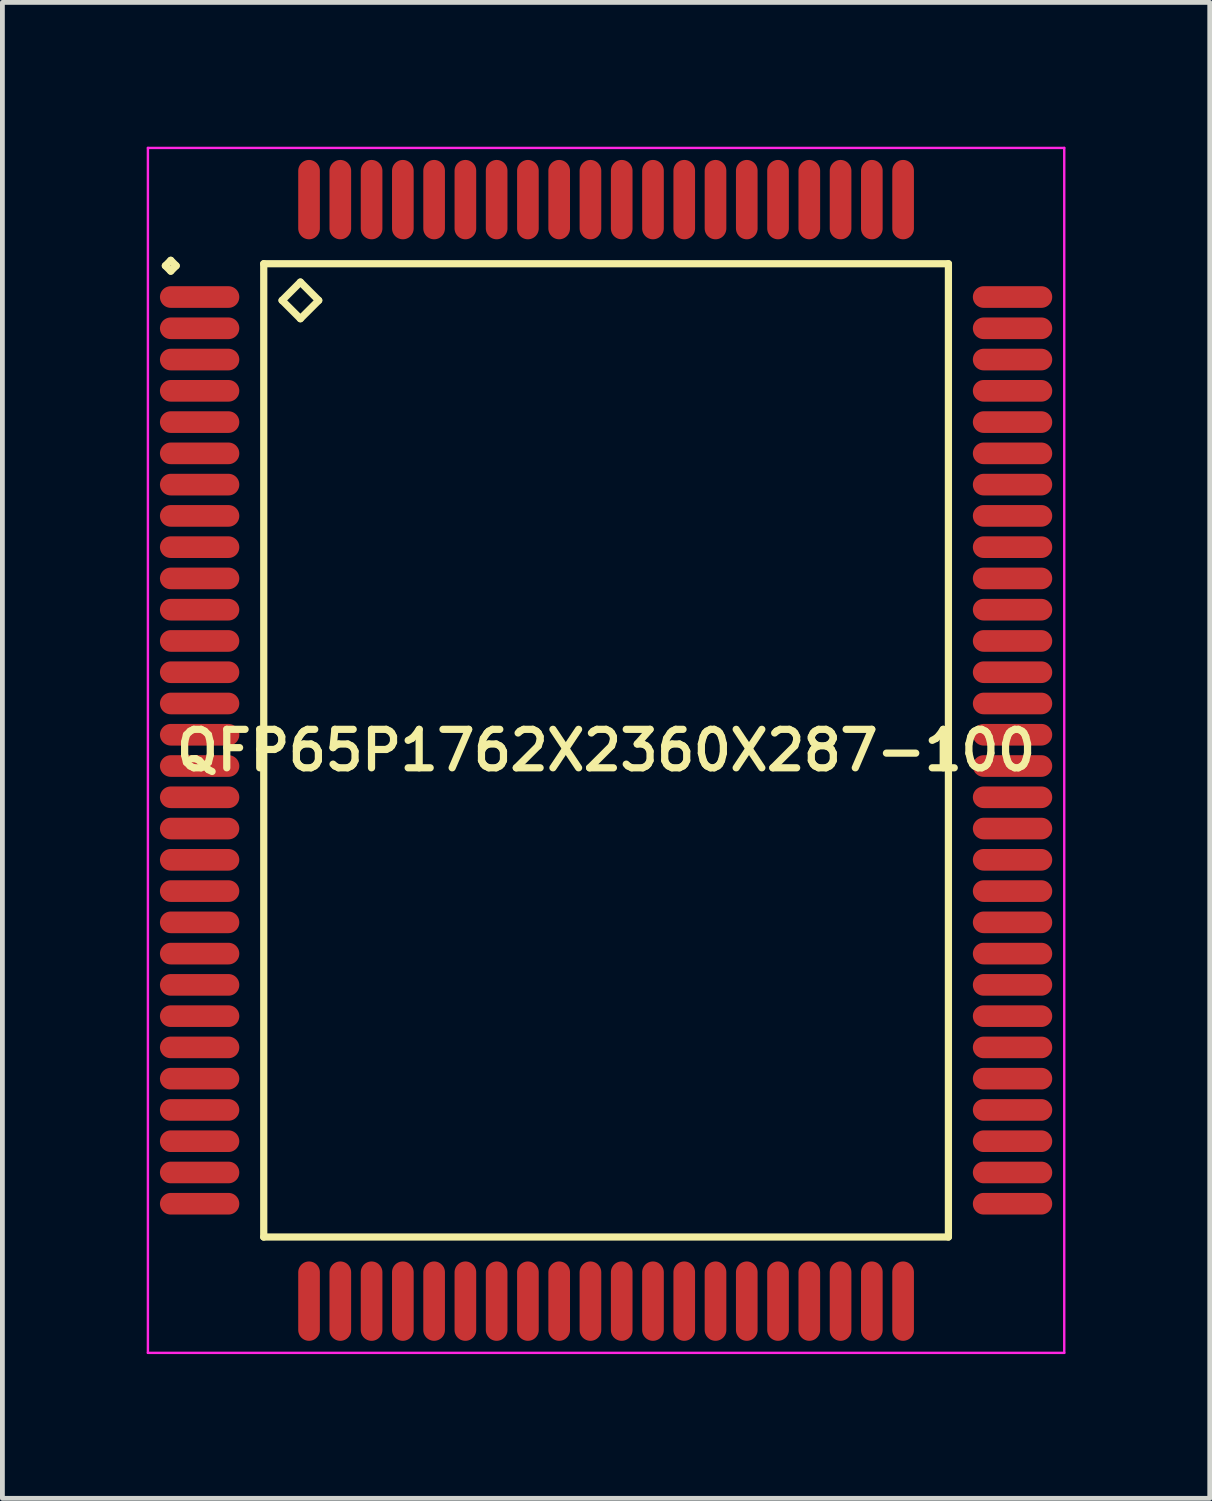
<source format=kicad_pcb>
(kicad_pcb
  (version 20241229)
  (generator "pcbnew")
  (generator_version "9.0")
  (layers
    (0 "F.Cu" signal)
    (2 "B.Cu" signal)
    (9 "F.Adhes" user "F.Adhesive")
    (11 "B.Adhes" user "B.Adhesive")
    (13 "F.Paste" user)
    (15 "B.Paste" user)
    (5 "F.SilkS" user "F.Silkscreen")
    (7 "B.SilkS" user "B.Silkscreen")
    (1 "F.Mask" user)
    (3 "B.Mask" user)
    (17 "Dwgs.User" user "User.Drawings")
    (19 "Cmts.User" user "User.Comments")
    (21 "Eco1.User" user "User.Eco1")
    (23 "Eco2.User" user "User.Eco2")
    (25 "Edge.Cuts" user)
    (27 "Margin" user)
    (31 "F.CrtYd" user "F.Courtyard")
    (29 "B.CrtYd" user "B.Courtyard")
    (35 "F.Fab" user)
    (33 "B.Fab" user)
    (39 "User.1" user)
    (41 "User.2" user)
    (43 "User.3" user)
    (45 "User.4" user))
  (footprint "QFP65P1762X2360X287-100"
    (layer "F.Cu")
    (at 9.55 12.55)
    (property "Reference" "QFP65P1762X2360X287-100" (at 0 0 0) (layer "F.SilkS") (effects (font (size 0.8 0.8) (thickness 0.15))))
    (attr smd)
    (fp_line (start -9.162 -10.075) (end -9.05 -10.188) (stroke (width 0.15) (type solid)) (layer "F.SilkS"))
    (fp_line (start -9.05 -10.188) (end -8.938 -10.075) (stroke (width 0.15) (type solid)) (layer "F.SilkS"))
    (fp_line (start -9.05 -9.963) (end -9.162 -10.075) (stroke (width 0.15) (type solid)) (layer "F.SilkS"))
    (fp_line (start -8.938 -10.075) (end -9.05 -9.963) (stroke (width 0.15) (type solid)) (layer "F.SilkS"))
    (fp_line (start -7.117 -10.117) (end -7.117 10.117) (stroke (width 0.15) (type solid)) (layer "F.SilkS"))
    (fp_line (start -7.117 10.117) (end 7.117 10.117) (stroke (width 0.15) (type solid)) (layer "F.SilkS"))
    (fp_line (start -6.736 -9.355) (end -6.355 -9.736) (stroke (width 0.15) (type solid)) (layer "F.SilkS"))
    (fp_line (start -6.355 -9.736) (end -5.974 -9.355) (stroke (width 0.15) (type solid)) (layer "F.SilkS"))
    (fp_line (start -6.355 -8.974) (end -6.736 -9.355) (stroke (width 0.15) (type solid)) (layer "F.SilkS"))
    (fp_line (start -5.974 -9.355) (end -6.355 -8.974) (stroke (width 0.15) (type solid)) (layer "F.SilkS"))
    (fp_line (start 7.117 -10.117) (end -7.117 -10.117) (stroke (width 0.15) (type solid)) (layer "F.SilkS"))
    (fp_line (start 7.117 10.117) (end 7.117 -10.117) (stroke (width 0.15) (type solid)) (layer "F.SilkS"))
    (fp_line (start -9.525 -12.525) (end 9.525 -12.525) (stroke (width 0.05) (type solid)) (layer "F.CrtYd"))
    (fp_line (start -9.525 12.525) (end -9.525 -12.525) (stroke (width 0.05) (type solid)) (layer "F.CrtYd"))
    (fp_line (start 9.525 -12.525) (end 9.525 12.525) (stroke (width 0.05) (type solid)) (layer "F.CrtYd"))
    (fp_line (start 9.525 12.525) (end -9.525 12.525) (stroke (width 0.05) (type solid)) (layer "F.CrtYd"))
    (pad "1" smd oval (at -8.45 -9.425) (size 1.65 0.45) (layers "F.Cu" "F.Mask" "F.Paste"))
    (pad "2" smd oval (at -8.45 -8.775) (size 1.65 0.45) (layers "F.Cu" "F.Mask" "F.Paste"))
    (pad "3" smd oval (at -8.45 -8.125) (size 1.65 0.45) (layers "F.Cu" "F.Mask" "F.Paste"))
    (pad "4" smd oval (at -8.45 -7.475) (size 1.65 0.45) (layers "F.Cu" "F.Mask" "F.Paste"))
    (pad "5" smd oval (at -8.45 -6.825) (size 1.65 0.45) (layers "F.Cu" "F.Mask" "F.Paste"))
    (pad "6" smd oval (at -8.45 -6.175) (size 1.65 0.45) (layers "F.Cu" "F.Mask" "F.Paste"))
    (pad "7" smd oval (at -8.45 -5.525) (size 1.65 0.45) (layers "F.Cu" "F.Mask" "F.Paste"))
    (pad "8" smd oval (at -8.45 -4.875) (size 1.65 0.45) (layers "F.Cu" "F.Mask" "F.Paste"))
    (pad "9" smd oval (at -8.45 -4.225) (size 1.65 0.45) (layers "F.Cu" "F.Mask" "F.Paste"))
    (pad "10" smd oval (at -8.45 -3.575) (size 1.65 0.45) (layers "F.Cu" "F.Mask" "F.Paste"))
    (pad "11" smd oval (at -8.45 -2.925) (size 1.65 0.45) (layers "F.Cu" "F.Mask" "F.Paste"))
    (pad "12" smd oval (at -8.45 -2.275) (size 1.65 0.45) (layers "F.Cu" "F.Mask" "F.Paste"))
    (pad "13" smd oval (at -8.45 -1.625) (size 1.65 0.45) (layers "F.Cu" "F.Mask" "F.Paste"))
    (pad "14" smd oval (at -8.45 -0.975) (size 1.65 0.45) (layers "F.Cu" "F.Mask" "F.Paste"))
    (pad "15" smd oval (at -8.45 -0.325) (size 1.65 0.45) (layers "F.Cu" "F.Mask" "F.Paste"))
    (pad "16" smd oval (at -8.45 0.325) (size 1.65 0.45) (layers "F.Cu" "F.Mask" "F.Paste"))
    (pad "17" smd oval (at -8.45 0.975) (size 1.65 0.45) (layers "F.Cu" "F.Mask" "F.Paste"))
    (pad "18" smd oval (at -8.45 1.625) (size 1.65 0.45) (layers "F.Cu" "F.Mask" "F.Paste"))
    (pad "19" smd oval (at -8.45 2.275) (size 1.65 0.45) (layers "F.Cu" "F.Mask" "F.Paste"))
    (pad "20" smd oval (at -8.45 2.925) (size 1.65 0.45) (layers "F.Cu" "F.Mask" "F.Paste"))
    (pad "21" smd oval (at -8.45 3.575) (size 1.65 0.45) (layers "F.Cu" "F.Mask" "F.Paste"))
    (pad "22" smd oval (at -8.45 4.225) (size 1.65 0.45) (layers "F.Cu" "F.Mask" "F.Paste"))
    (pad "23" smd oval (at -8.45 4.875) (size 1.65 0.45) (layers "F.Cu" "F.Mask" "F.Paste"))
    (pad "24" smd oval (at -8.45 5.525) (size 1.65 0.45) (layers "F.Cu" "F.Mask" "F.Paste"))
    (pad "25" smd oval (at -8.45 6.175) (size 1.65 0.45) (layers "F.Cu" "F.Mask" "F.Paste"))
    (pad "26" smd oval (at -8.45 6.825) (size 1.65 0.45) (layers "F.Cu" "F.Mask" "F.Paste"))
    (pad "27" smd oval (at -8.45 7.475) (size 1.65 0.45) (layers "F.Cu" "F.Mask" "F.Paste"))
    (pad "28" smd oval (at -8.45 8.125) (size 1.65 0.45) (layers "F.Cu" "F.Mask" "F.Paste"))
    (pad "29" smd oval (at -8.45 8.775) (size 1.65 0.45) (layers "F.Cu" "F.Mask" "F.Paste"))
    (pad "30" smd oval (at -8.45 9.425) (size 1.65 0.45) (layers "F.Cu" "F.Mask" "F.Paste"))
    (pad "31" smd oval (at -6.175 11.45) (size 0.45 1.65) (layers "F.Cu" "F.Mask" "F.Paste"))
    (pad "32" smd oval (at -5.525 11.45) (size 0.45 1.65) (layers "F.Cu" "F.Mask" "F.Paste"))
    (pad "33" smd oval (at -4.875 11.45) (size 0.45 1.65) (layers "F.Cu" "F.Mask" "F.Paste"))
    (pad "34" smd oval (at -4.225 11.45) (size 0.45 1.65) (layers "F.Cu" "F.Mask" "F.Paste"))
    (pad "35" smd oval (at -3.575 11.45) (size 0.45 1.65) (layers "F.Cu" "F.Mask" "F.Paste"))
    (pad "36" smd oval (at -2.925 11.45) (size 0.45 1.65) (layers "F.Cu" "F.Mask" "F.Paste"))
    (pad "37" smd oval (at -2.275 11.45) (size 0.45 1.65) (layers "F.Cu" "F.Mask" "F.Paste"))
    (pad "38" smd oval (at -1.625 11.45) (size 0.45 1.65) (layers "F.Cu" "F.Mask" "F.Paste"))
    (pad "39" smd oval (at -0.975 11.45) (size 0.45 1.65) (layers "F.Cu" "F.Mask" "F.Paste"))
    (pad "40" smd oval (at -0.325 11.45) (size 0.45 1.65) (layers "F.Cu" "F.Mask" "F.Paste"))
    (pad "41" smd oval (at 0.325 11.45) (size 0.45 1.65) (layers "F.Cu" "F.Mask" "F.Paste"))
    (pad "42" smd oval (at 0.975 11.45) (size 0.45 1.65) (layers "F.Cu" "F.Mask" "F.Paste"))
    (pad "43" smd oval (at 1.625 11.45) (size 0.45 1.65) (layers "F.Cu" "F.Mask" "F.Paste"))
    (pad "44" smd oval (at 2.275 11.45) (size 0.45 1.65) (layers "F.Cu" "F.Mask" "F.Paste"))
    (pad "45" smd oval (at 2.925 11.45) (size 0.45 1.65) (layers "F.Cu" "F.Mask" "F.Paste"))
    (pad "46" smd oval (at 3.575 11.45) (size 0.45 1.65) (layers "F.Cu" "F.Mask" "F.Paste"))
    (pad "47" smd oval (at 4.225 11.45) (size 0.45 1.65) (layers "F.Cu" "F.Mask" "F.Paste"))
    (pad "48" smd oval (at 4.875 11.45) (size 0.45 1.65) (layers "F.Cu" "F.Mask" "F.Paste"))
    (pad "49" smd oval (at 5.525 11.45) (size 0.45 1.65) (layers "F.Cu" "F.Mask" "F.Paste"))
    (pad "50" smd oval (at 6.175 11.45) (size 0.45 1.65) (layers "F.Cu" "F.Mask" "F.Paste"))
    (pad "51" smd oval (at 8.45 9.425) (size 1.65 0.45) (layers "F.Cu" "F.Mask" "F.Paste"))
    (pad "52" smd oval (at 8.45 8.775) (size 1.65 0.45) (layers "F.Cu" "F.Mask" "F.Paste"))
    (pad "53" smd oval (at 8.45 8.125) (size 1.65 0.45) (layers "F.Cu" "F.Mask" "F.Paste"))
    (pad "54" smd oval (at 8.45 7.475) (size 1.65 0.45) (layers "F.Cu" "F.Mask" "F.Paste"))
    (pad "55" smd oval (at 8.45 6.825) (size 1.65 0.45) (layers "F.Cu" "F.Mask" "F.Paste"))
    (pad "56" smd oval (at 8.45 6.175) (size 1.65 0.45) (layers "F.Cu" "F.Mask" "F.Paste"))
    (pad "57" smd oval (at 8.45 5.525) (size 1.65 0.45) (layers "F.Cu" "F.Mask" "F.Paste"))
    (pad "58" smd oval (at 8.45 4.875) (size 1.65 0.45) (layers "F.Cu" "F.Mask" "F.Paste"))
    (pad "59" smd oval (at 8.45 4.225) (size 1.65 0.45) (layers "F.Cu" "F.Mask" "F.Paste"))
    (pad "60" smd oval (at 8.45 3.575) (size 1.65 0.45) (layers "F.Cu" "F.Mask" "F.Paste"))
    (pad "61" smd oval (at 8.45 2.925) (size 1.65 0.45) (layers "F.Cu" "F.Mask" "F.Paste"))
    (pad "62" smd oval (at 8.45 2.275) (size 1.65 0.45) (layers "F.Cu" "F.Mask" "F.Paste"))
    (pad "63" smd oval (at 8.45 1.625) (size 1.65 0.45) (layers "F.Cu" "F.Mask" "F.Paste"))
    (pad "64" smd oval (at 8.45 0.975) (size 1.65 0.45) (layers "F.Cu" "F.Mask" "F.Paste"))
    (pad "65" smd oval (at 8.45 0.325) (size 1.65 0.45) (layers "F.Cu" "F.Mask" "F.Paste"))
    (pad "66" smd oval (at 8.45 -0.325) (size 1.65 0.45) (layers "F.Cu" "F.Mask" "F.Paste"))
    (pad "67" smd oval (at 8.45 -0.975) (size 1.65 0.45) (layers "F.Cu" "F.Mask" "F.Paste"))
    (pad "68" smd oval (at 8.45 -1.625) (size 1.65 0.45) (layers "F.Cu" "F.Mask" "F.Paste"))
    (pad "69" smd oval (at 8.45 -2.275) (size 1.65 0.45) (layers "F.Cu" "F.Mask" "F.Paste"))
    (pad "70" smd oval (at 8.45 -2.925) (size 1.65 0.45) (layers "F.Cu" "F.Mask" "F.Paste"))
    (pad "71" smd oval (at 8.45 -3.575) (size 1.65 0.45) (layers "F.Cu" "F.Mask" "F.Paste"))
    (pad "72" smd oval (at 8.45 -4.225) (size 1.65 0.45) (layers "F.Cu" "F.Mask" "F.Paste"))
    (pad "73" smd oval (at 8.45 -4.875) (size 1.65 0.45) (layers "F.Cu" "F.Mask" "F.Paste"))
    (pad "74" smd oval (at 8.45 -5.525) (size 1.65 0.45) (layers "F.Cu" "F.Mask" "F.Paste"))
    (pad "75" smd oval (at 8.45 -6.175) (size 1.65 0.45) (layers "F.Cu" "F.Mask" "F.Paste"))
    (pad "76" smd oval (at 8.45 -6.825) (size 1.65 0.45) (layers "F.Cu" "F.Mask" "F.Paste"))
    (pad "77" smd oval (at 8.45 -7.475) (size 1.65 0.45) (layers "F.Cu" "F.Mask" "F.Paste"))
    (pad "78" smd oval (at 8.45 -8.125) (size 1.65 0.45) (layers "F.Cu" "F.Mask" "F.Paste"))
    (pad "79" smd oval (at 8.45 -8.775) (size 1.65 0.45) (layers "F.Cu" "F.Mask" "F.Paste"))
    (pad "80" smd oval (at 8.45 -9.425) (size 1.65 0.45) (layers "F.Cu" "F.Mask" "F.Paste"))
    (pad "81" smd oval (at 6.175 -11.45) (size 0.45 1.65) (layers "F.Cu" "F.Mask" "F.Paste"))
    (pad "82" smd oval (at 5.525 -11.45) (size 0.45 1.65) (layers "F.Cu" "F.Mask" "F.Paste"))
    (pad "83" smd oval (at 4.875 -11.45) (size 0.45 1.65) (layers "F.Cu" "F.Mask" "F.Paste"))
    (pad "84" smd oval (at 4.225 -11.45) (size 0.45 1.65) (layers "F.Cu" "F.Mask" "F.Paste"))
    (pad "85" smd oval (at 3.575 -11.45) (size 0.45 1.65) (layers "F.Cu" "F.Mask" "F.Paste"))
    (pad "86" smd oval (at 2.925 -11.45) (size 0.45 1.65) (layers "F.Cu" "F.Mask" "F.Paste"))
    (pad "87" smd oval (at 2.275 -11.45) (size 0.45 1.65) (layers "F.Cu" "F.Mask" "F.Paste"))
    (pad "88" smd oval (at 1.625 -11.45) (size 0.45 1.65) (layers "F.Cu" "F.Mask" "F.Paste"))
    (pad "89" smd oval (at 0.975 -11.45) (size 0.45 1.65) (layers "F.Cu" "F.Mask" "F.Paste"))
    (pad "90" smd oval (at 0.325 -11.45) (size 0.45 1.65) (layers "F.Cu" "F.Mask" "F.Paste"))
    (pad "91" smd oval (at -0.325 -11.45) (size 0.45 1.65) (layers "F.Cu" "F.Mask" "F.Paste"))
    (pad "92" smd oval (at -0.975 -11.45) (size 0.45 1.65) (layers "F.Cu" "F.Mask" "F.Paste"))
    (pad "93" smd oval (at -1.625 -11.45) (size 0.45 1.65) (layers "F.Cu" "F.Mask" "F.Paste"))
    (pad "94" smd oval (at -2.275 -11.45) (size 0.45 1.65) (layers "F.Cu" "F.Mask" "F.Paste"))
    (pad "95" smd oval (at -2.925 -11.45) (size 0.45 1.65) (layers "F.Cu" "F.Mask" "F.Paste"))
    (pad "96" smd oval (at -3.575 -11.45) (size 0.45 1.65) (layers "F.Cu" "F.Mask" "F.Paste"))
    (pad "97" smd oval (at -4.225 -11.45) (size 0.45 1.65) (layers "F.Cu" "F.Mask" "F.Paste"))
    (pad "98" smd oval (at -4.875 -11.45) (size 0.45 1.65) (layers "F.Cu" "F.Mask" "F.Paste"))
    (pad "99" smd oval (at -5.525 -11.45) (size 0.45 1.65) (layers "F.Cu" "F.Mask" "F.Paste"))
    (pad "100" smd oval (at -6.175 -11.45) (size 0.45 1.65) (layers "F.Cu" "F.Mask" "F.Paste")))
  (gr_rect
    (start -3 -3)
    (end 22.1 28.1)
    (stroke (width 0.1) (type default))
    (fill no)
    (layer "Edge.Cuts")))
</source>
